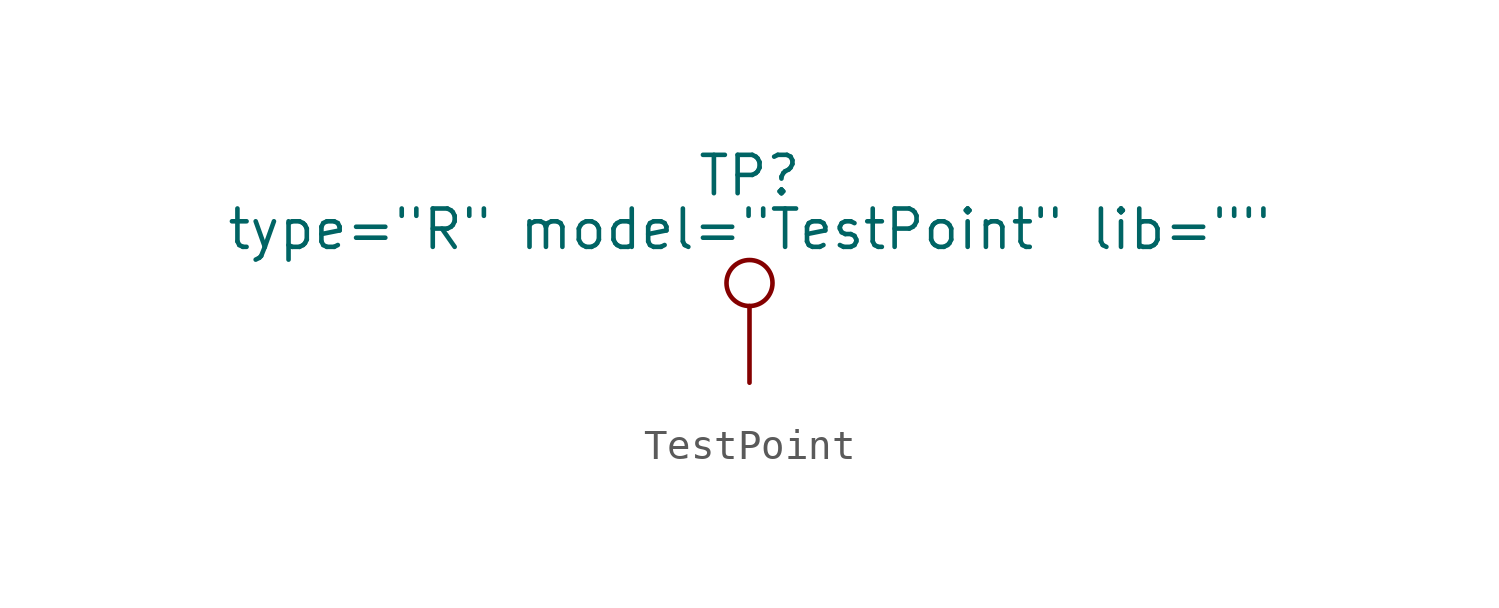
<source format=kicad_sym>
(kicad_symbol_lib
  (version 20220914)
  (generator kicad_symbol_editor)
  (symbol "TestPoint"
    (pin_numbers hide)
    (pin_names
      (offset 0.762) hide)
    (property "Reference" "TP"
      (at 0 6.858 0)
      (effects (font (size 1.27 1.27))))
    (property "Value" "${SIM.PARAMS}"
      (at 0 5.08 0)
      (effects (font (size 1.27 1.27))))
    (property "Sim.Params" "type=\"R\" model=\"TestPoint\" lib=\"\""
      (at 0 0 0)
      (effects (font (size 1.27 1.27)) hide))
    (symbol "TestPoint_0_1"
      (circle (center 0 3.302) (radius 0.762) (stroke (width 0) (type default)) (fill (type none))))
    (symbol "TestPoint_1_1"
      (pin passive line (at 0 0 90) (length 2.54) (name "1" (effects (font (size 1.27 1.27)))) (number "1" (effects (font (size 1.27 1.27))))))))
</source>
